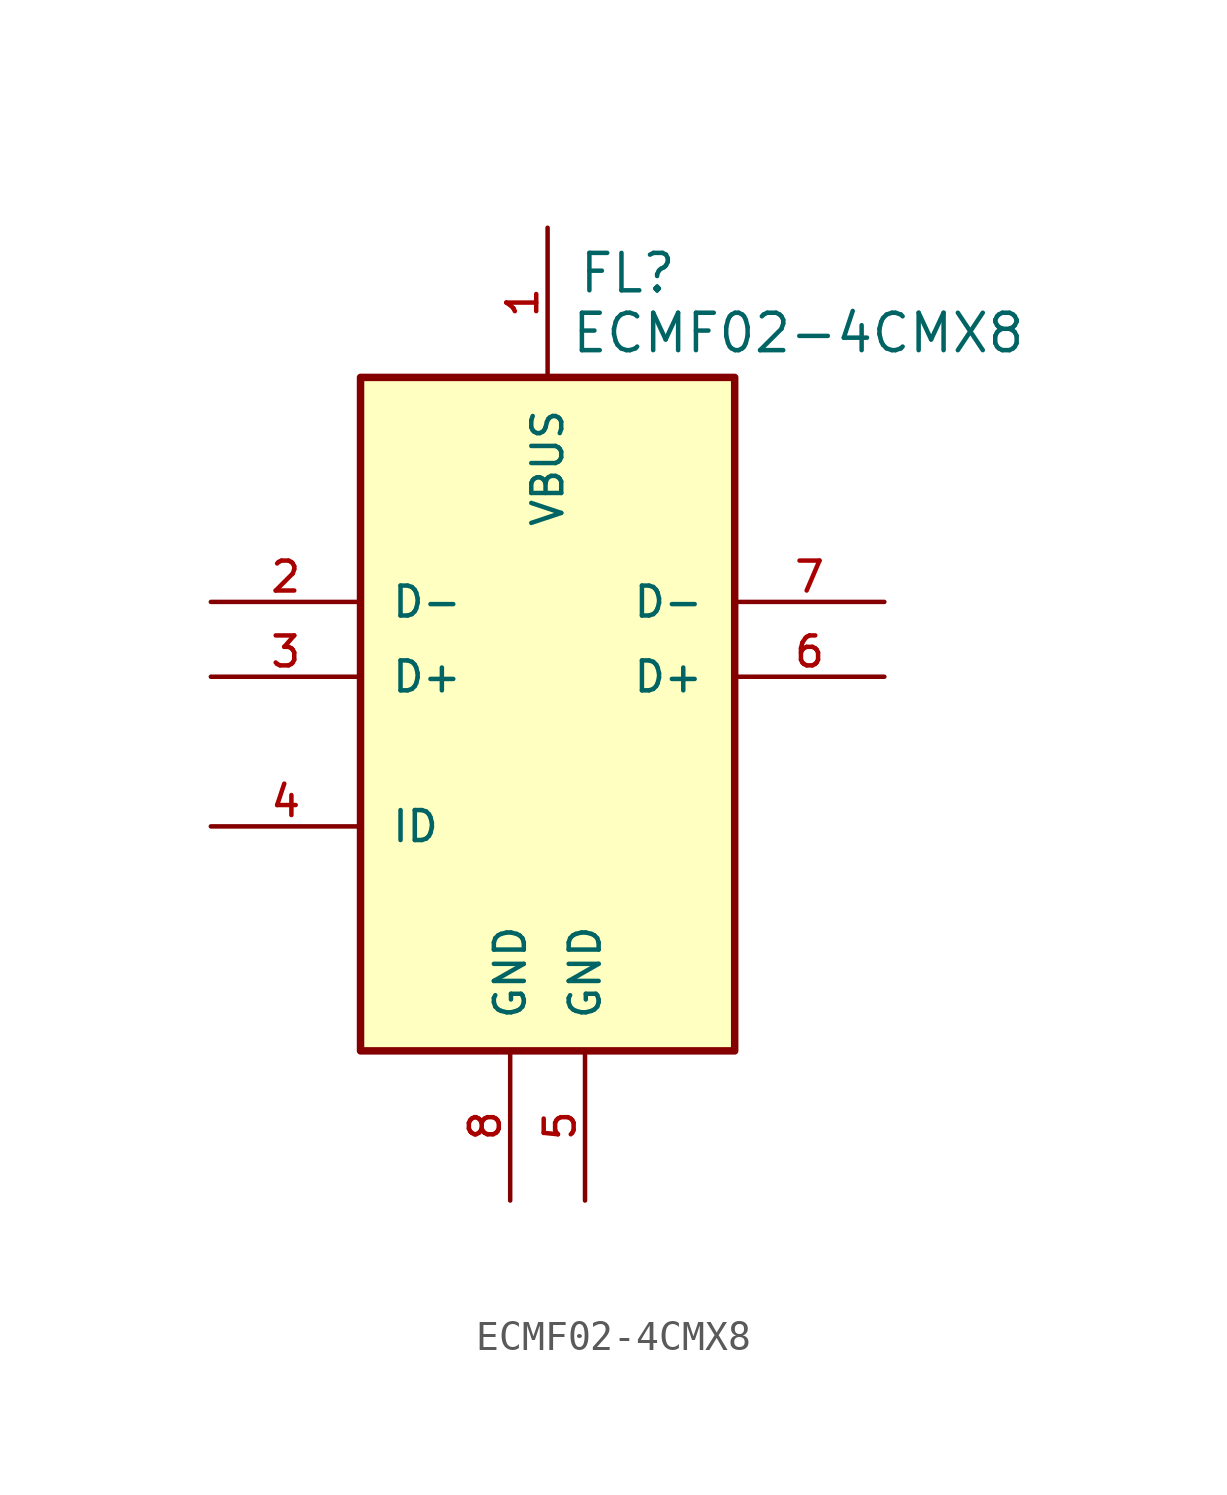
<source format=kicad_sym>
(kicad_symbol_lib
  (version 20231120)
  (generator "kicad_symbol_editor")
  (generator_version "8.0")
  (symbol "ECMF02-4CMX8"
    (pin_names
      (offset 1.016))
    (property "Reference" "FL"
      (at -2.794 12.954 0)
      (effects (font (size 1.27 1.27)) (justify left bottom)))
    (property "Value" "ECMF02-4CMX8"
      (at -3.048 10.922 0)
      (effects (font (size 1.27 1.27)) (justify left bottom)))
    (symbol "ECMF02-4CMX8_0_0"
      (rectangle (start -10.16 10.16) (end 2.54 -12.7) (stroke (width 0.254) (type default)) (fill (type background)))
      (pin power_in line (at -3.81 15.24 270) (length 5.08) (name "VBUS" (effects (font (size 1.016 1.016)))) (number "1" (effects (font (size 1.016 1.016)))))
      (pin passive line (at -15.24 -5.08 0) (length 5.08) (name "ID" (effects (font (size 1.016 1.016)))) (number "4" (effects (font (size 1.016 1.016))))))
    (symbol "ECMF02-4CMX8_1_0"
      (pin bidirectional line (at -15.24 2.54 0) (length 5.08) (name "D-" (effects (font (size 1.016 1.016)))) (number "2" (effects (font (size 1.016 1.016)))))
      (pin bidirectional line (at -15.24 0 0) (length 5.08) (name "D+" (effects (font (size 1.016 1.016)))) (number "3" (effects (font (size 1.016 1.016)))))
      (pin power_in line (at -2.54 -17.78 90) (length 5.08) (name "GND" (effects (font (size 1.016 1.016)))) (number "5" (effects (font (size 1.016 1.016)))))
      (pin bidirectional line (at 7.62 0 180) (length 5.08) (name "D+" (effects (font (size 1.016 1.016)))) (number "6" (effects (font (size 1.016 1.016)))))
      (pin bidirectional line (at 7.62 2.54 180) (length 5.08) (name "D-" (effects (font (size 1.016 1.016)))) (number "7" (effects (font (size 1.016 1.016)))))
      (pin power_in line (at -5.08 -17.78 90) (length 5.08) (name "GND" (effects (font (size 1.016 1.016)))) (number "8" (effects (font (size 1.016 1.016))))))))
</source>
